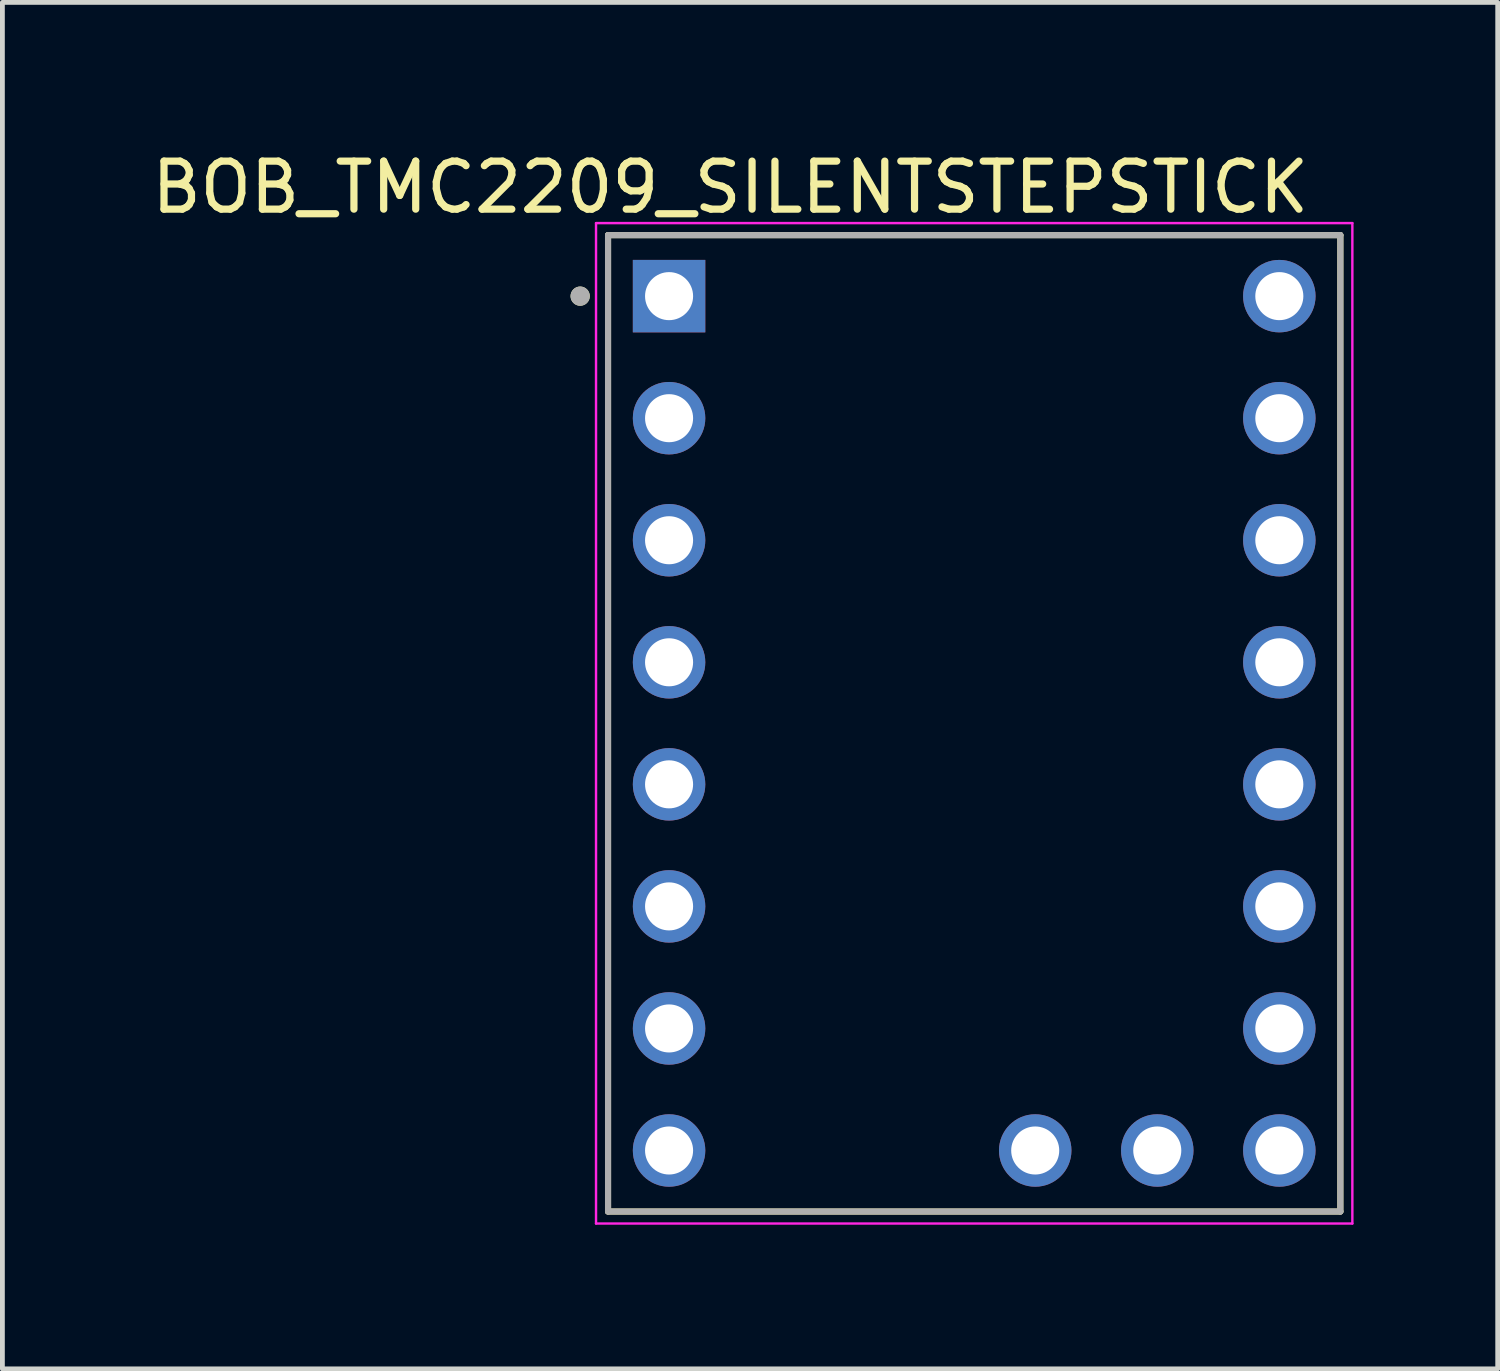
<source format=kicad_pcb>
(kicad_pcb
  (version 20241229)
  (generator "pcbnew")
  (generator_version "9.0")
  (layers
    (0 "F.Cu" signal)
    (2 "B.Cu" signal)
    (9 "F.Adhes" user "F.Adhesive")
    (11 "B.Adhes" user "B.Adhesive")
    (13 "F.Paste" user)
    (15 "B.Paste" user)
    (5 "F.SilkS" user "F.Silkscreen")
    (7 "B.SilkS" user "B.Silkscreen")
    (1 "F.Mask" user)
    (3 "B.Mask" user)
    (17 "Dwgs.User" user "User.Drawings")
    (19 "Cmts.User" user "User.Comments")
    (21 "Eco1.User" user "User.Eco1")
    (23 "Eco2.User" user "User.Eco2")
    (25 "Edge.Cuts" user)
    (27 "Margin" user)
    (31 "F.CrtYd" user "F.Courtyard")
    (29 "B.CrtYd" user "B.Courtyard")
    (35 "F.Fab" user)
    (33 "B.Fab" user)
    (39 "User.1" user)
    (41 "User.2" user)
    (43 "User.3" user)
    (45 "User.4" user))
  (footprint "BOB_TMC2209_SILENTSTEPSTICK"
    (layer "F.Cu")
    (at 17.224 12.003)
    (property "Reference" "BOB_TMC2209_SILENTSTEPSTICK" (at -5.075 -11.155 0) (layer "F.SilkS") (effects (font (size 1 1) (thickness 0.15))))
    (attr through_hole)
    (fp_line (start -7.62 -10.16) (end 7.62 -10.16) (stroke (width 0.127) (type solid)) (layer "F.SilkS"))
    (fp_line (start -7.62 10.16) (end -7.62 -10.16) (stroke (width 0.127) (type solid)) (layer "F.SilkS"))
    (fp_line (start 7.62 -10.16) (end 7.62 10.16) (stroke (width 0.127) (type solid)) (layer "F.SilkS"))
    (fp_line (start 7.62 10.16) (end -7.62 10.16) (stroke (width 0.127) (type solid)) (layer "F.SilkS"))
    (fp_circle (center -8.2 -8.89) (end -8.1 -8.89) (stroke (width 0.2) (type solid)) (fill no) (layer "F.SilkS"))
    (fp_line (start -7.87 -10.41) (end 7.87 -10.41) (stroke (width 0.05) (type solid)) (layer "F.CrtYd"))
    (fp_line (start -7.87 10.41) (end -7.87 -10.41) (stroke (width 0.05) (type solid)) (layer "F.CrtYd"))
    (fp_line (start 7.87 -10.41) (end 7.87 10.41) (stroke (width 0.05) (type solid)) (layer "F.CrtYd"))
    (fp_line (start 7.87 10.41) (end -7.87 10.41) (stroke (width 0.05) (type solid)) (layer "F.CrtYd"))
    (fp_line (start -7.62 -10.16) (end 7.62 -10.16) (stroke (width 0.127) (type solid)) (layer "F.Fab"))
    (fp_line (start -7.62 10.16) (end -7.62 -10.16) (stroke (width 0.127) (type solid)) (layer "F.Fab"))
    (fp_line (start 7.62 -10.16) (end 7.62 10.16) (stroke (width 0.127) (type solid)) (layer "F.Fab"))
    (fp_line (start 7.62 10.16) (end -7.62 10.16) (stroke (width 0.127) (type solid)) (layer "F.Fab"))
    (fp_circle (center -8.2 -8.89) (end -8.1 -8.89) (stroke (width 0.2) (type solid)) (fill no) (layer "F.Fab"))
    (pad "1" thru_hole rect (at -6.35 -8.89) (size 1.508 1.508) (drill 1) (layers "*.Cu" "*.Mask"))
    (pad "2" thru_hole circle (at -6.35 -6.35) (size 1.508 1.508) (drill 1) (layers "*.Cu" "*.Mask"))
    (pad "3" thru_hole circle (at -6.35 -3.81) (size 1.508 1.508) (drill 1) (layers "*.Cu" "*.Mask"))
    (pad "4" thru_hole circle (at -6.35 -1.27) (size 1.508 1.508) (drill 1) (layers "*.Cu" "*.Mask"))
    (pad "5" thru_hole circle (at -6.35 1.27) (size 1.508 1.508) (drill 1) (layers "*.Cu" "*.Mask"))
    (pad "6" thru_hole circle (at -6.35 3.81) (size 1.508 1.508) (drill 1) (layers "*.Cu" "*.Mask"))
    (pad "7" thru_hole circle (at -6.35 6.35) (size 1.508 1.508) (drill 1) (layers "*.Cu" "*.Mask"))
    (pad "8" thru_hole circle (at -6.35 8.89) (size 1.508 1.508) (drill 1) (layers "*.Cu" "*.Mask"))
    (pad "9" thru_hole circle (at 6.35 -8.89) (size 1.508 1.508) (drill 1) (layers "*.Cu" "*.Mask"))
    (pad "10" thru_hole circle (at 6.35 -6.35) (size 1.508 1.508) (drill 1) (layers "*.Cu" "*.Mask"))
    (pad "11" thru_hole circle (at 6.35 -3.81) (size 1.508 1.508) (drill 1) (layers "*.Cu" "*.Mask"))
    (pad "12" thru_hole circle (at 6.35 -1.27) (size 1.508 1.508) (drill 1) (layers "*.Cu" "*.Mask"))
    (pad "13" thru_hole circle (at 6.35 1.27) (size 1.508 1.508) (drill 1) (layers "*.Cu" "*.Mask"))
    (pad "14" thru_hole circle (at 6.35 3.81) (size 1.508 1.508) (drill 1) (layers "*.Cu" "*.Mask"))
    (pad "15" thru_hole circle (at 6.35 6.35) (size 1.508 1.508) (drill 1) (layers "*.Cu" "*.Mask"))
    (pad "16" thru_hole circle (at 6.35 8.89) (size 1.508 1.508) (drill 1) (layers "*.Cu" "*.Mask"))
    (pad "17" thru_hole circle (at 1.27 8.89) (size 1.508 1.508) (drill 1) (layers "*.Cu" "*.Mask"))
    (pad "18" thru_hole circle (at 3.81 8.89) (size 1.508 1.508) (drill 1) (layers "*.Cu" "*.Mask")))
  (gr_rect
    (start -3 -3)
    (end 28.119 25.438)
    (stroke (width 0.1) (type default))
    (fill no)
    (layer "Edge.Cuts")))
</source>
